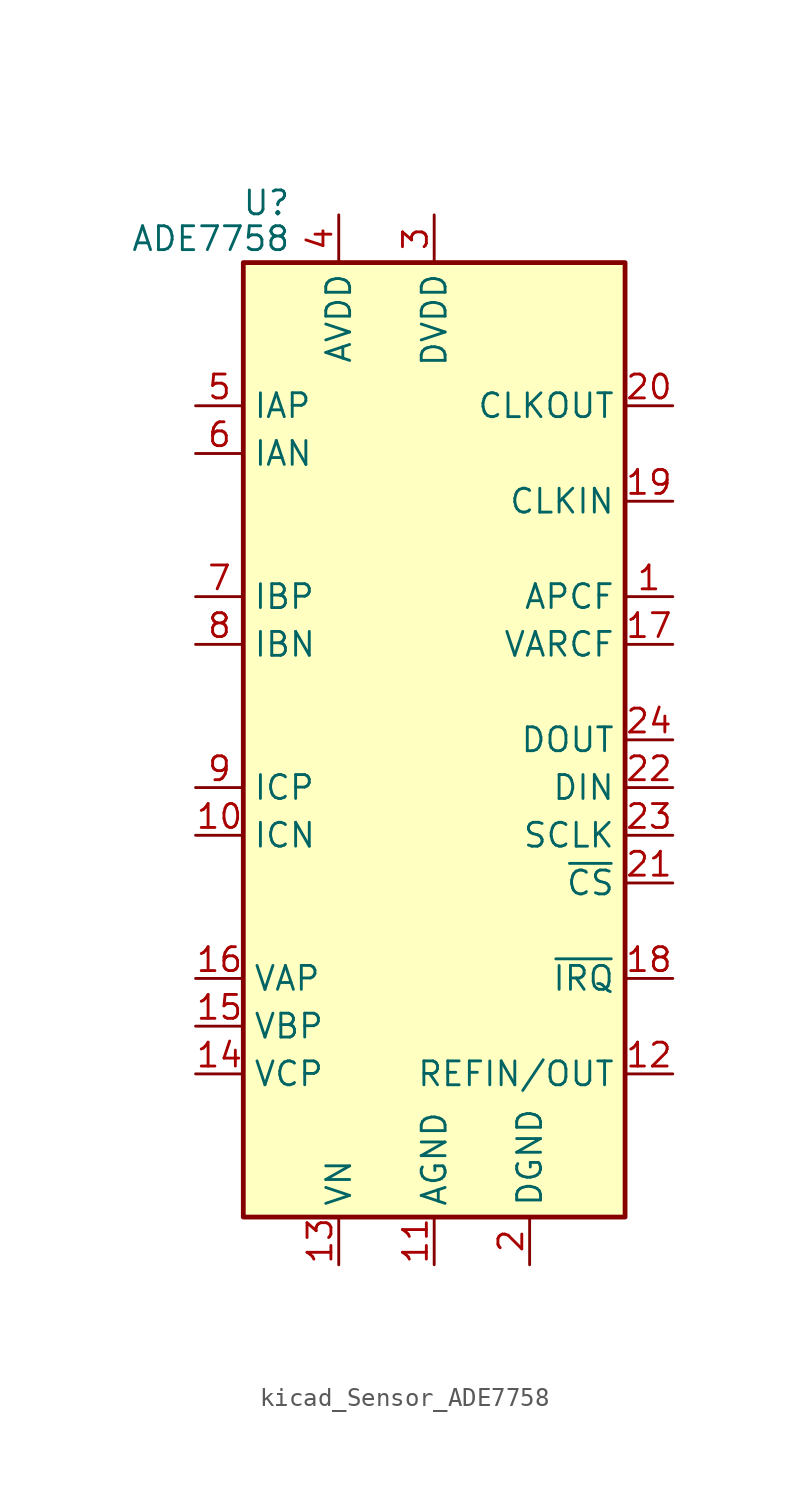
<source format=kicad_sym>
(kicad_symbol_lib
  (version 20220914)
  (generator kicad_symbol_editor)
  (symbol "kicad_Sensor_ADE7758"
    (property "Reference" "U"
      (at -7.62 28.575 0)
      (effects (font (size 1.27 1.27)) (justify right)))
    (property "Value" "ADE7758"
      (at -7.62 26.67 0)
      (effects (font (size 1.27 1.27)) (justify right)))
    (symbol "kicad_Sensor_ADE7758_0_1"
      (rectangle (start 10.16 -25.4) (end -10.16 25.4) (stroke (width 0.254) (type default)) (fill (type background))))
    (symbol "kicad_Sensor_ADE7758_1_1"
      (pin output line (at 12.7 7.62 180) (length 2.54) (name "APCF" (effects (font (size 1.27 1.27)))) (number "1" (effects (font (size 1.27 1.27)))))
      (pin input line (at -12.7 -5.08 0) (length 2.54) (name "ICN" (effects (font (size 1.27 1.27)))) (number "10" (effects (font (size 1.27 1.27)))))
      (pin power_in line (at 0 -27.94 90) (length 2.54) (name "AGND" (effects (font (size 1.27 1.27)))) (number "11" (effects (font (size 1.27 1.27)))))
      (pin input line (at 12.7 -17.78 180) (length 2.54) (name "REFIN/OUT" (effects (font (size 1.27 1.27)))) (number "12" (effects (font (size 1.27 1.27)))))
      (pin power_in line (at -5.08 -27.94 90) (length 2.54) (name "VN" (effects (font (size 1.27 1.27)))) (number "13" (effects (font (size 1.27 1.27)))))
      (pin input line (at -12.7 -17.78 0) (length 2.54) (name "VCP" (effects (font (size 1.27 1.27)))) (number "14" (effects (font (size 1.27 1.27)))))
      (pin input line (at -12.7 -15.24 0) (length 2.54) (name "VBP" (effects (font (size 1.27 1.27)))) (number "15" (effects (font (size 1.27 1.27)))))
      (pin input line (at -12.7 -12.7 0) (length 2.54) (name "VAP" (effects (font (size 1.27 1.27)))) (number "16" (effects (font (size 1.27 1.27)))))
      (pin output line (at 12.7 5.08 180) (length 2.54) (name "VARCF" (effects (font (size 1.27 1.27)))) (number "17" (effects (font (size 1.27 1.27)))))
      (pin open_collector line (at 12.7 -12.7 180) (length 2.54) (name "~{IRQ}" (effects (font (size 1.27 1.27)))) (number "18" (effects (font (size 1.27 1.27)))))
      (pin input line (at 12.7 12.7 180) (length 2.54) (name "CLKIN" (effects (font (size 1.27 1.27)))) (number "19" (effects (font (size 1.27 1.27)))))
      (pin power_in line (at 5.08 -27.94 90) (length 2.54) (name "DGND" (effects (font (size 1.27 1.27)))) (number "2" (effects (font (size 1.27 1.27)))))
      (pin output line (at 12.7 17.78 180) (length 2.54) (name "CLKOUT" (effects (font (size 1.27 1.27)))) (number "20" (effects (font (size 1.27 1.27)))))
      (pin input line (at 12.7 -7.62 180) (length 2.54) (name "~{CS}" (effects (font (size 1.27 1.27)))) (number "21" (effects (font (size 1.27 1.27)))))
      (pin input line (at 12.7 -2.54 180) (length 2.54) (name "DIN" (effects (font (size 1.27 1.27)))) (number "22" (effects (font (size 1.27 1.27)))))
      (pin input line (at 12.7 -5.08 180) (length 2.54) (name "SCLK" (effects (font (size 1.27 1.27)))) (number "23" (effects (font (size 1.27 1.27)))))
      (pin output line (at 12.7 0 180) (length 2.54) (name "DOUT" (effects (font (size 1.27 1.27)))) (number "24" (effects (font (size 1.27 1.27)))))
      (pin power_in line (at 0 27.94 270) (length 2.54) (name "DVDD" (effects (font (size 1.27 1.27)))) (number "3" (effects (font (size 1.27 1.27)))))
      (pin power_in line (at -5.08 27.94 270) (length 2.54) (name "AVDD" (effects (font (size 1.27 1.27)))) (number "4" (effects (font (size 1.27 1.27)))))
      (pin input line (at -12.7 17.78 0) (length 2.54) (name "IAP" (effects (font (size 1.27 1.27)))) (number "5" (effects (font (size 1.27 1.27)))))
      (pin input line (at -12.7 15.24 0) (length 2.54) (name "IAN" (effects (font (size 1.27 1.27)))) (number "6" (effects (font (size 1.27 1.27)))))
      (pin input line (at -12.7 7.62 0) (length 2.54) (name "IBP" (effects (font (size 1.27 1.27)))) (number "7" (effects (font (size 1.27 1.27)))))
      (pin input line (at -12.7 5.08 0) (length 2.54) (name "IBN" (effects (font (size 1.27 1.27)))) (number "8" (effects (font (size 1.27 1.27)))))
      (pin input line (at -12.7 -2.54 0) (length 2.54) (name "ICP" (effects (font (size 1.27 1.27)))) (number "9" (effects (font (size 1.27 1.27))))))))
</source>
